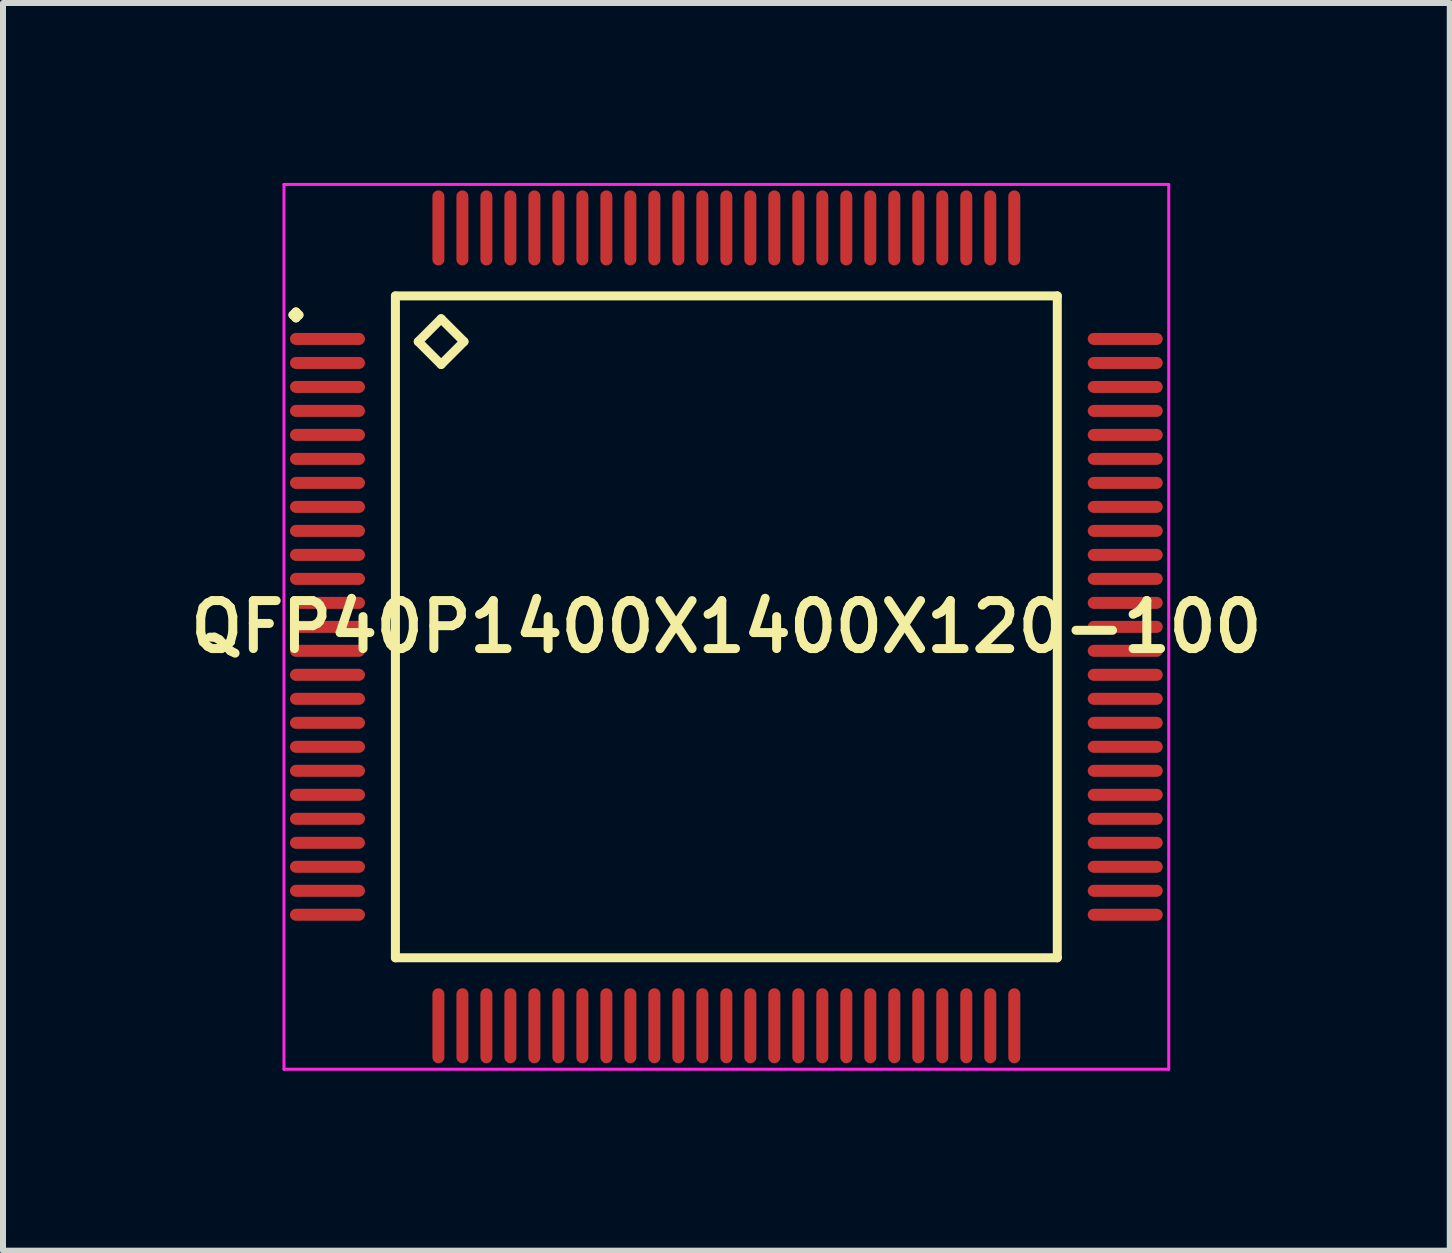
<source format=kicad_pcb>
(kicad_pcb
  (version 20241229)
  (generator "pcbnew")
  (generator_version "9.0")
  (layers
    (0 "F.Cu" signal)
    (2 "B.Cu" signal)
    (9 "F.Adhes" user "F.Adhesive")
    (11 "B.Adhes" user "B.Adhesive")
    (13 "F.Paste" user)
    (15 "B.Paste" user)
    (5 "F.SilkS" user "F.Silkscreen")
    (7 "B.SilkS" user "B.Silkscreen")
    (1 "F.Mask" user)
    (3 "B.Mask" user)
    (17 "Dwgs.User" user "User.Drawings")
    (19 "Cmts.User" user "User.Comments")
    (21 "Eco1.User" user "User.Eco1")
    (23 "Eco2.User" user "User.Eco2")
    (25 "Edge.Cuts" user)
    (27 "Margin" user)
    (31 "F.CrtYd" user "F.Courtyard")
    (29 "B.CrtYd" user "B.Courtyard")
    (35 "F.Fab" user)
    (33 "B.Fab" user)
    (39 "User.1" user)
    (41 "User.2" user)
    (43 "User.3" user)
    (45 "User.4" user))
  (footprint "QFP40P1400X1400X120-100"
    (layer "F.Cu")
    (at 9.059 7.4)
    (property "Reference" "QFP40P1400X1400X120-100" (at 0 0 0) (layer "F.SilkS") (effects (font (size 0.8 0.8) (thickness 0.15))))
    (attr smd)
    (fp_line (start -7.225 -5.2) (end -7.175 -5.25) (stroke (width 0.15) (type solid)) (layer "F.SilkS"))
    (fp_line (start -7.175 -5.25) (end -7.125 -5.2) (stroke (width 0.15) (type solid)) (layer "F.SilkS"))
    (fp_line (start -7.175 -5.15) (end -7.225 -5.2) (stroke (width 0.15) (type solid)) (layer "F.SilkS"))
    (fp_line (start -7.125 -5.2) (end -7.175 -5.15) (stroke (width 0.15) (type solid)) (layer "F.SilkS"))
    (fp_line (start -5.517 -5.517) (end -5.517 5.517) (stroke (width 0.15) (type solid)) (layer "F.SilkS"))
    (fp_line (start -5.517 5.517) (end 5.517 5.517) (stroke (width 0.15) (type solid)) (layer "F.SilkS"))
    (fp_line (start -5.136 -4.755) (end -4.755 -5.136) (stroke (width 0.15) (type solid)) (layer "F.SilkS"))
    (fp_line (start -4.755 -5.136) (end -4.374 -4.755) (stroke (width 0.15) (type solid)) (layer "F.SilkS"))
    (fp_line (start -4.755 -4.374) (end -5.136 -4.755) (stroke (width 0.15) (type solid)) (layer "F.SilkS"))
    (fp_line (start -4.374 -4.755) (end -4.755 -4.374) (stroke (width 0.15) (type solid)) (layer "F.SilkS"))
    (fp_line (start 5.517 -5.517) (end -5.517 -5.517) (stroke (width 0.15) (type solid)) (layer "F.SilkS"))
    (fp_line (start 5.517 5.517) (end 5.517 -5.517) (stroke (width 0.15) (type solid)) (layer "F.SilkS"))
    (fp_line (start -7.375 -7.375) (end 7.375 -7.375) (stroke (width 0.05) (type solid)) (layer "F.CrtYd"))
    (fp_line (start -7.375 7.375) (end -7.375 -7.375) (stroke (width 0.05) (type solid)) (layer "F.CrtYd"))
    (fp_line (start 7.375 -7.375) (end 7.375 7.375) (stroke (width 0.05) (type solid)) (layer "F.CrtYd"))
    (fp_line (start 7.375 7.375) (end -7.375 7.375) (stroke (width 0.05) (type solid)) (layer "F.CrtYd"))
    (pad "1" smd oval (at -6.65 -4.8) (size 1.25 0.2) (layers "F.Cu" "F.Mask" "F.Paste"))
    (pad "2" smd oval (at -6.65 -4.4) (size 1.25 0.2) (layers "F.Cu" "F.Mask" "F.Paste"))
    (pad "3" smd oval (at -6.65 -4) (size 1.25 0.2) (layers "F.Cu" "F.Mask" "F.Paste"))
    (pad "4" smd oval (at -6.65 -3.6) (size 1.25 0.2) (layers "F.Cu" "F.Mask" "F.Paste"))
    (pad "5" smd oval (at -6.65 -3.2) (size 1.25 0.2) (layers "F.Cu" "F.Mask" "F.Paste"))
    (pad "6" smd oval (at -6.65 -2.8) (size 1.25 0.2) (layers "F.Cu" "F.Mask" "F.Paste"))
    (pad "7" smd oval (at -6.65 -2.4) (size 1.25 0.2) (layers "F.Cu" "F.Mask" "F.Paste"))
    (pad "8" smd oval (at -6.65 -2) (size 1.25 0.2) (layers "F.Cu" "F.Mask" "F.Paste"))
    (pad "9" smd oval (at -6.65 -1.6) (size 1.25 0.2) (layers "F.Cu" "F.Mask" "F.Paste"))
    (pad "10" smd oval (at -6.65 -1.2) (size 1.25 0.2) (layers "F.Cu" "F.Mask" "F.Paste"))
    (pad "11" smd oval (at -6.65 -0.8) (size 1.25 0.2) (layers "F.Cu" "F.Mask" "F.Paste"))
    (pad "12" smd oval (at -6.65 -0.4) (size 1.25 0.2) (layers "F.Cu" "F.Mask" "F.Paste"))
    (pad "13" smd oval (at -6.65 0) (size 1.25 0.2) (layers "F.Cu" "F.Mask" "F.Paste"))
    (pad "14" smd oval (at -6.65 0.4) (size 1.25 0.2) (layers "F.Cu" "F.Mask" "F.Paste"))
    (pad "15" smd oval (at -6.65 0.8) (size 1.25 0.2) (layers "F.Cu" "F.Mask" "F.Paste"))
    (pad "16" smd oval (at -6.65 1.2) (size 1.25 0.2) (layers "F.Cu" "F.Mask" "F.Paste"))
    (pad "17" smd oval (at -6.65 1.6) (size 1.25 0.2) (layers "F.Cu" "F.Mask" "F.Paste"))
    (pad "18" smd oval (at -6.65 2) (size 1.25 0.2) (layers "F.Cu" "F.Mask" "F.Paste"))
    (pad "19" smd oval (at -6.65 2.4) (size 1.25 0.2) (layers "F.Cu" "F.Mask" "F.Paste"))
    (pad "20" smd oval (at -6.65 2.8) (size 1.25 0.2) (layers "F.Cu" "F.Mask" "F.Paste"))
    (pad "21" smd oval (at -6.65 3.2) (size 1.25 0.2) (layers "F.Cu" "F.Mask" "F.Paste"))
    (pad "22" smd oval (at -6.65 3.6) (size 1.25 0.2) (layers "F.Cu" "F.Mask" "F.Paste"))
    (pad "23" smd oval (at -6.65 4) (size 1.25 0.2) (layers "F.Cu" "F.Mask" "F.Paste"))
    (pad "24" smd oval (at -6.65 4.4) (size 1.25 0.2) (layers "F.Cu" "F.Mask" "F.Paste"))
    (pad "25" smd oval (at -6.65 4.8) (size 1.25 0.2) (layers "F.Cu" "F.Mask" "F.Paste"))
    (pad "26" smd oval (at -4.8 6.65) (size 0.2 1.25) (layers "F.Cu" "F.Mask" "F.Paste"))
    (pad "27" smd oval (at -4.4 6.65) (size 0.2 1.25) (layers "F.Cu" "F.Mask" "F.Paste"))
    (pad "28" smd oval (at -4 6.65) (size 0.2 1.25) (layers "F.Cu" "F.Mask" "F.Paste"))
    (pad "29" smd oval (at -3.6 6.65) (size 0.2 1.25) (layers "F.Cu" "F.Mask" "F.Paste"))
    (pad "30" smd oval (at -3.2 6.65) (size 0.2 1.25) (layers "F.Cu" "F.Mask" "F.Paste"))
    (pad "31" smd oval (at -2.8 6.65) (size 0.2 1.25) (layers "F.Cu" "F.Mask" "F.Paste"))
    (pad "32" smd oval (at -2.4 6.65) (size 0.2 1.25) (layers "F.Cu" "F.Mask" "F.Paste"))
    (pad "33" smd oval (at -2 6.65) (size 0.2 1.25) (layers "F.Cu" "F.Mask" "F.Paste"))
    (pad "34" smd oval (at -1.6 6.65) (size 0.2 1.25) (layers "F.Cu" "F.Mask" "F.Paste"))
    (pad "35" smd oval (at -1.2 6.65) (size 0.2 1.25) (layers "F.Cu" "F.Mask" "F.Paste"))
    (pad "36" smd oval (at -0.8 6.65) (size 0.2 1.25) (layers "F.Cu" "F.Mask" "F.Paste"))
    (pad "37" smd oval (at -0.4 6.65) (size 0.2 1.25) (layers "F.Cu" "F.Mask" "F.Paste"))
    (pad "38" smd oval (at 0 6.65) (size 0.2 1.25) (layers "F.Cu" "F.Mask" "F.Paste"))
    (pad "39" smd oval (at 0.4 6.65) (size 0.2 1.25) (layers "F.Cu" "F.Mask" "F.Paste"))
    (pad "40" smd oval (at 0.8 6.65) (size 0.2 1.25) (layers "F.Cu" "F.Mask" "F.Paste"))
    (pad "41" smd oval (at 1.2 6.65) (size 0.2 1.25) (layers "F.Cu" "F.Mask" "F.Paste"))
    (pad "42" smd oval (at 1.6 6.65) (size 0.2 1.25) (layers "F.Cu" "F.Mask" "F.Paste"))
    (pad "43" smd oval (at 2 6.65) (size 0.2 1.25) (layers "F.Cu" "F.Mask" "F.Paste"))
    (pad "44" smd oval (at 2.4 6.65) (size 0.2 1.25) (layers "F.Cu" "F.Mask" "F.Paste"))
    (pad "45" smd oval (at 2.8 6.65) (size 0.2 1.25) (layers "F.Cu" "F.Mask" "F.Paste"))
    (pad "46" smd oval (at 3.2 6.65) (size 0.2 1.25) (layers "F.Cu" "F.Mask" "F.Paste"))
    (pad "47" smd oval (at 3.6 6.65) (size 0.2 1.25) (layers "F.Cu" "F.Mask" "F.Paste"))
    (pad "48" smd oval (at 4 6.65) (size 0.2 1.25) (layers "F.Cu" "F.Mask" "F.Paste"))
    (pad "49" smd oval (at 4.4 6.65) (size 0.2 1.25) (layers "F.Cu" "F.Mask" "F.Paste"))
    (pad "50" smd oval (at 4.8 6.65) (size 0.2 1.25) (layers "F.Cu" "F.Mask" "F.Paste"))
    (pad "51" smd oval (at 6.65 4.8) (size 1.25 0.2) (layers "F.Cu" "F.Mask" "F.Paste"))
    (pad "52" smd oval (at 6.65 4.4) (size 1.25 0.2) (layers "F.Cu" "F.Mask" "F.Paste"))
    (pad "53" smd oval (at 6.65 4) (size 1.25 0.2) (layers "F.Cu" "F.Mask" "F.Paste"))
    (pad "54" smd oval (at 6.65 3.6) (size 1.25 0.2) (layers "F.Cu" "F.Mask" "F.Paste"))
    (pad "55" smd oval (at 6.65 3.2) (size 1.25 0.2) (layers "F.Cu" "F.Mask" "F.Paste"))
    (pad "56" smd oval (at 6.65 2.8) (size 1.25 0.2) (layers "F.Cu" "F.Mask" "F.Paste"))
    (pad "57" smd oval (at 6.65 2.4) (size 1.25 0.2) (layers "F.Cu" "F.Mask" "F.Paste"))
    (pad "58" smd oval (at 6.65 2) (size 1.25 0.2) (layers "F.Cu" "F.Mask" "F.Paste"))
    (pad "59" smd oval (at 6.65 1.6) (size 1.25 0.2) (layers "F.Cu" "F.Mask" "F.Paste"))
    (pad "60" smd oval (at 6.65 1.2) (size 1.25 0.2) (layers "F.Cu" "F.Mask" "F.Paste"))
    (pad "61" smd oval (at 6.65 0.8) (size 1.25 0.2) (layers "F.Cu" "F.Mask" "F.Paste"))
    (pad "62" smd oval (at 6.65 0.4) (size 1.25 0.2) (layers "F.Cu" "F.Mask" "F.Paste"))
    (pad "63" smd oval (at 6.65 0) (size 1.25 0.2) (layers "F.Cu" "F.Mask" "F.Paste"))
    (pad "64" smd oval (at 6.65 -0.4) (size 1.25 0.2) (layers "F.Cu" "F.Mask" "F.Paste"))
    (pad "65" smd oval (at 6.65 -0.8) (size 1.25 0.2) (layers "F.Cu" "F.Mask" "F.Paste"))
    (pad "66" smd oval (at 6.65 -1.2) (size 1.25 0.2) (layers "F.Cu" "F.Mask" "F.Paste"))
    (pad "67" smd oval (at 6.65 -1.6) (size 1.25 0.2) (layers "F.Cu" "F.Mask" "F.Paste"))
    (pad "68" smd oval (at 6.65 -2) (size 1.25 0.2) (layers "F.Cu" "F.Mask" "F.Paste"))
    (pad "69" smd oval (at 6.65 -2.4) (size 1.25 0.2) (layers "F.Cu" "F.Mask" "F.Paste"))
    (pad "70" smd oval (at 6.65 -2.8) (size 1.25 0.2) (layers "F.Cu" "F.Mask" "F.Paste"))
    (pad "71" smd oval (at 6.65 -3.2) (size 1.25 0.2) (layers "F.Cu" "F.Mask" "F.Paste"))
    (pad "72" smd oval (at 6.65 -3.6) (size 1.25 0.2) (layers "F.Cu" "F.Mask" "F.Paste"))
    (pad "73" smd oval (at 6.65 -4) (size 1.25 0.2) (layers "F.Cu" "F.Mask" "F.Paste"))
    (pad "74" smd oval (at 6.65 -4.4) (size 1.25 0.2) (layers "F.Cu" "F.Mask" "F.Paste"))
    (pad "75" smd oval (at 6.65 -4.8) (size 1.25 0.2) (layers "F.Cu" "F.Mask" "F.Paste"))
    (pad "76" smd oval (at 4.8 -6.65) (size 0.2 1.25) (layers "F.Cu" "F.Mask" "F.Paste"))
    (pad "77" smd oval (at 4.4 -6.65) (size 0.2 1.25) (layers "F.Cu" "F.Mask" "F.Paste"))
    (pad "78" smd oval (at 4 -6.65) (size 0.2 1.25) (layers "F.Cu" "F.Mask" "F.Paste"))
    (pad "79" smd oval (at 3.6 -6.65) (size 0.2 1.25) (layers "F.Cu" "F.Mask" "F.Paste"))
    (pad "80" smd oval (at 3.2 -6.65) (size 0.2 1.25) (layers "F.Cu" "F.Mask" "F.Paste"))
    (pad "81" smd oval (at 2.8 -6.65) (size 0.2 1.25) (layers "F.Cu" "F.Mask" "F.Paste"))
    (pad "82" smd oval (at 2.4 -6.65) (size 0.2 1.25) (layers "F.Cu" "F.Mask" "F.Paste"))
    (pad "83" smd oval (at 2 -6.65) (size 0.2 1.25) (layers "F.Cu" "F.Mask" "F.Paste"))
    (pad "84" smd oval (at 1.6 -6.65) (size 0.2 1.25) (layers "F.Cu" "F.Mask" "F.Paste"))
    (pad "85" smd oval (at 1.2 -6.65) (size 0.2 1.25) (layers "F.Cu" "F.Mask" "F.Paste"))
    (pad "86" smd oval (at 0.8 -6.65) (size 0.2 1.25) (layers "F.Cu" "F.Mask" "F.Paste"))
    (pad "87" smd oval (at 0.4 -6.65) (size 0.2 1.25) (layers "F.Cu" "F.Mask" "F.Paste"))
    (pad "88" smd oval (at 0 -6.65) (size 0.2 1.25) (layers "F.Cu" "F.Mask" "F.Paste"))
    (pad "89" smd oval (at -0.4 -6.65) (size 0.2 1.25) (layers "F.Cu" "F.Mask" "F.Paste"))
    (pad "90" smd oval (at -0.8 -6.65) (size 0.2 1.25) (layers "F.Cu" "F.Mask" "F.Paste"))
    (pad "91" smd oval (at -1.2 -6.65) (size 0.2 1.25) (layers "F.Cu" "F.Mask" "F.Paste"))
    (pad "92" smd oval (at -1.6 -6.65) (size 0.2 1.25) (layers "F.Cu" "F.Mask" "F.Paste"))
    (pad "93" smd oval (at -2 -6.65) (size 0.2 1.25) (layers "F.Cu" "F.Mask" "F.Paste"))
    (pad "94" smd oval (at -2.4 -6.65) (size 0.2 1.25) (layers "F.Cu" "F.Mask" "F.Paste"))
    (pad "95" smd oval (at -2.8 -6.65) (size 0.2 1.25) (layers "F.Cu" "F.Mask" "F.Paste"))
    (pad "96" smd oval (at -3.2 -6.65) (size 0.2 1.25) (layers "F.Cu" "F.Mask" "F.Paste"))
    (pad "97" smd oval (at -3.6 -6.65) (size 0.2 1.25) (layers "F.Cu" "F.Mask" "F.Paste"))
    (pad "98" smd oval (at -4 -6.65) (size 0.2 1.25) (layers "F.Cu" "F.Mask" "F.Paste"))
    (pad "99" smd oval (at -4.4 -6.65) (size 0.2 1.25) (layers "F.Cu" "F.Mask" "F.Paste"))
    (pad "100" smd oval (at -4.8 -6.65) (size 0.2 1.25) (layers "F.Cu" "F.Mask" "F.Paste")))
  (gr_rect
    (start -3 -3)
    (end 21.119 17.8)
    (stroke (width 0.1) (type default))
    (fill no)
    (layer "Edge.Cuts")))
</source>
